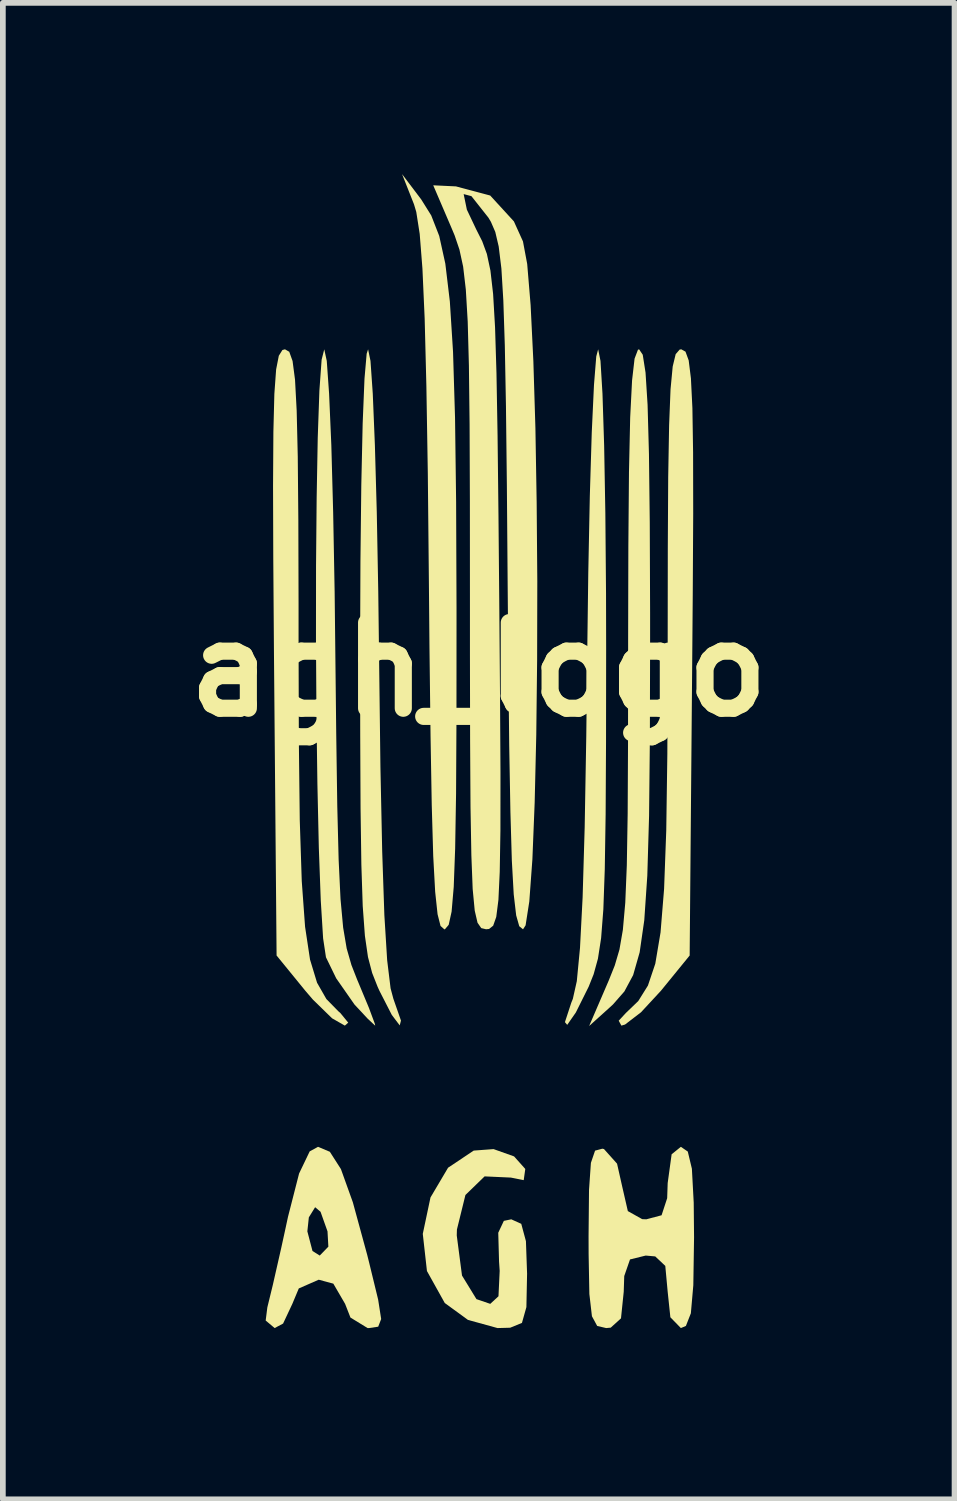
<source format=kicad_pcb>
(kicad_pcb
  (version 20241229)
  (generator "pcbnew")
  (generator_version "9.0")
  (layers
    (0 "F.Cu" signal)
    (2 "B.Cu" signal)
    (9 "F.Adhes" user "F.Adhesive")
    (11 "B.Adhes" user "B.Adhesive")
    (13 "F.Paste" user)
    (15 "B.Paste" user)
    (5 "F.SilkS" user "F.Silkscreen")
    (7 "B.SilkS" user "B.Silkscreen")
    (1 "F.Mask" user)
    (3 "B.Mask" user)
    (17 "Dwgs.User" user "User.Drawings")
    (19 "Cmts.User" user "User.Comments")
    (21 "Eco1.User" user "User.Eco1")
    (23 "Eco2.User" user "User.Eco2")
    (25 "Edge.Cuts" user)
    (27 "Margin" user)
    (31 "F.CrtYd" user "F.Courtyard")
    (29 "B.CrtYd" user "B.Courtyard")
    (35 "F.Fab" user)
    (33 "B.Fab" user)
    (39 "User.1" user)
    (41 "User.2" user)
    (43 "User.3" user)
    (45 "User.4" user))
  (footprint "agh_logo"
    (layer "F.Cu")
    (at 5.336 8.678)
    (property "Reference" "agh_logo" (at 0 0 0) (layer "F.SilkS") (effects (font (size 1.5 1.5) (thickness 0.3))))
    (attr board_only exclude_from_pos_files exclude_from_bom)
    (fp_poly (pts (xy -1.896 -5.406) (xy -1.856 -4.83) (xy -1.819 -3.931) (xy -1.786 -2.76) (xy -1.76 -1.366) (xy -1.745 -0.159) (xy -1.722 1.71) (xy -1.691 3.186) (xy -1.653 4.303) (xy -1.604 5.092) (xy -1.544 5.585) (xy -1.495 5.768) (xy -1.362 6.15) (xy -1.384 6.234) (xy -1.523 6.05) (xy -1.74 5.627) (xy -1.772 5.556) (xy -1.867 5.315) (xy -1.94 5.036) (xy -1.994 4.664) (xy -2.032 4.144) (xy -2.056 3.418) (xy -2.07 2.431) (xy -2.076 1.128) (xy -2.078 -0.37) (xy -2.072 -1.901) (xy -2.057 -3.231) (xy -2.033 -4.311) (xy -2.001 -5.095) (xy -1.963 -5.532) (xy -1.938 -5.609)) (stroke (width 0) (type solid)) (fill yes) (layer "F.SilkS"))
    (fp_poly (pts (xy 2.133 -5.406) (xy 2.168 -4.827) (xy 2.197 -3.922) (xy 2.218 -2.738) (xy 2.23 -1.324) (xy 2.232 -0.37) (xy 2.23 1.268) (xy 2.223 2.538) (xy 2.208 3.497) (xy 2.183 4.201) (xy 2.144 4.705) (xy 2.088 5.066) (xy 2.013 5.338) (xy 1.926 5.556) (xy 1.701 6.008) (xy 1.55 6.225) (xy 1.51 6.177) (xy 1.622 5.835) (xy 1.649 5.768) (xy 1.718 5.46) (xy 1.774 4.877) (xy 1.82 3.989) (xy 1.856 2.762) (xy 1.884 1.165) (xy 1.899 -0.159) (xy 1.919 -1.69) (xy 1.946 -3.039) (xy 1.98 -4.154) (xy 2.019 -4.986) (xy 2.059 -5.485) (xy 2.092 -5.609)) (stroke (width 0) (type solid)) (fill yes) (layer "F.SilkS"))
    (fp_poly (pts (xy -3.319 -5.566) (xy -3.261 -5.404) (xy -3.218 -5.077) (xy -3.189 -4.534) (xy -3.17 -3.73) (xy -3.16 -2.615) (xy -3.156 -1.142) (xy -3.156 -0.519) (xy -3.151 1.246) (xy -3.135 2.638) (xy -3.1 3.708) (xy -3.042 4.506) (xy -2.955 5.082) (xy -2.832 5.487) (xy -2.669 5.772) (xy -2.46 5.986) (xy -2.425 6.016) (xy -2.286 6.186) (xy -2.345 6.238) (xy -2.569 6.11) (xy -2.905 5.782) (xy -3.038 5.627) (xy -3.541 5.01) (xy -3.587 -0.3) (xy -3.599 -1.949) (xy -3.603 -3.222) (xy -3.597 -4.166) (xy -3.58 -4.828) (xy -3.549 -5.256) (xy -3.502 -5.496) (xy -3.439 -5.597) (xy -3.394 -5.609)) (stroke (width 0) (type solid)) (fill yes) (layer "F.SilkS"))
    (fp_poly (pts (xy 3.622 -5.568) (xy 3.678 -5.415) (xy 3.717 -5.101) (xy 3.743 -4.58) (xy 3.755 -3.804) (xy 3.757 -2.727) (xy 3.749 -1.301) (xy 3.741 -0.3) (xy 3.695 5.01) (xy 3.192 5.627) (xy 2.842 6.005) (xy 2.563 6.219) (xy 2.499 6.238) (xy 2.452 6.152) (xy 2.578 6.016) (xy 2.795 5.807) (xy 2.964 5.536) (xy 3.093 5.153) (xy 3.185 4.605) (xy 3.247 3.844) (xy 3.285 2.818) (xy 3.304 1.478) (xy 3.31 -0.228) (xy 3.31 -0.519) (xy 3.312 -2.131) (xy 3.319 -3.369) (xy 3.335 -4.279) (xy 3.36 -4.909) (xy 3.398 -5.309) (xy 3.45 -5.524) (xy 3.519 -5.604) (xy 3.548 -5.609)) (stroke (width 0) (type solid)) (fill yes) (layer "F.SilkS"))
    (fp_poly (pts (xy 0.619 8.529) (xy 0.813 8.746) (xy 0.815 8.753) (xy 0.788 8.945) (xy 0.563 8.9) (xy 0.103 8.879) (xy -0.233 9.205) (xy -0.382 9.81) (xy -0.385 9.913) (xy -0.293 10.616) (xy -0.04 11.029) (xy 0.202 11.112) (xy 0.346 10.979) (xy 0.367 10.534) (xy 0.356 10.372) (xy 0.342 9.866) (xy 0.44 9.658) (xy 0.57 9.631) (xy 0.745 9.71) (xy 0.827 10.014) (xy 0.847 10.583) (xy 0.835 11.169) (xy 0.757 11.446) (xy 0.551 11.53) (xy 0.329 11.536) (xy -0.189 11.393) (xy -0.595 11.097) (xy -0.907 10.537) (xy -0.98 9.886) (xy -0.845 9.248) (xy -0.537 8.727) (xy -0.088 8.427) (xy 0.26 8.401)) (stroke (width 0) (type solid)) (fill yes) (layer "F.SilkS"))
    (fp_poly (pts (xy -2.662 -5.406) (xy -2.621 -4.829) (xy -2.582 -3.929) (xy -2.55 -2.756) (xy -2.524 -1.36) (xy -2.514 -0.476) (xy -2.496 1.139) (xy -2.478 2.388) (xy -2.454 3.33) (xy -2.421 4.022) (xy -2.375 4.521) (xy -2.313 4.887) (xy -2.23 5.176) (xy -2.124 5.447) (xy -2.122 5.45) (xy -1.923 5.928) (xy -1.819 6.208) (xy -1.814 6.239) (xy -1.943 6.119) (xy -2.176 5.869) (xy -2.497 5.409) (xy -2.676 5.041) (xy -2.726 4.709) (xy -2.767 4.047) (xy -2.801 3.123) (xy -2.826 2.006) (xy -2.843 0.766) (xy -2.851 -0.53) (xy -2.85 -1.811) (xy -2.839 -3.011) (xy -2.82 -4.059) (xy -2.791 -4.887) (xy -2.752 -5.427) (xy -2.706 -5.609)) (stroke (width 0) (type solid)) (fill yes) (layer "F.SilkS"))
    (fp_poly (pts (xy -1.007 -8.234) (xy -0.832 -7.954) (xy -0.692 -7.595) (xy -0.585 -7.109) (xy -0.506 -6.448) (xy -0.45 -5.564) (xy -0.415 -4.409) (xy -0.396 -2.933) (xy -0.389 -1.09) (xy -0.389 -0.794) (xy -0.39 0.88) (xy -0.397 2.175) (xy -0.413 3.137) (xy -0.438 3.81) (xy -0.475 4.24) (xy -0.526 4.472) (xy -0.592 4.55) (xy -0.603 4.551) (xy -0.669 4.492) (xy -0.721 4.287) (xy -0.763 3.894) (xy -0.797 3.27) (xy -0.823 2.375) (xy -0.844 1.166) (xy -0.863 -0.399) (xy -0.873 -1.535) (xy -0.892 -3.442) (xy -0.917 -4.966) (xy -0.947 -6.146) (xy -0.986 -7.021) (xy -1.034 -7.631) (xy -1.094 -8.015) (xy -1.134 -8.149) (xy -1.343 -8.678)) (stroke (width 0) (type solid)) (fill yes) (layer "F.SilkS"))
    (fp_poly (pts (xy 2.873 -5.514) (xy 2.922 -5.202) (xy 2.958 -4.635) (xy 2.982 -3.773) (xy 2.996 -2.576) (xy 3.002 -1.005) (xy 3.002 -0.539) (xy 2.998 1.199) (xy 2.984 2.565) (xy 2.953 3.612) (xy 2.9 4.391) (xy 2.819 4.954) (xy 2.705 5.353) (xy 2.551 5.64) (xy 2.352 5.867) (xy 2.29 5.924) (xy 1.934 6.245) (xy 2.276 5.451) (xy 2.383 5.184) (xy 2.465 4.906) (xy 2.525 4.56) (xy 2.567 4.086) (xy 2.594 3.429) (xy 2.609 2.53) (xy 2.615 1.331) (xy 2.617 -0.226) (xy 2.617 -0.476) (xy 2.621 -2.16) (xy 2.632 -3.46) (xy 2.653 -4.414) (xy 2.686 -5.063) (xy 2.73 -5.446) (xy 2.789 -5.601) (xy 2.809 -5.609)) (stroke (width 0) (type solid)) (fill yes) (layer "F.SilkS"))
    (fp_poly (pts (xy -2.608 8.448) (xy -2.414 8.751) (xy -2.205 9.333) (xy -1.953 10.256) (xy -1.919 10.392) (xy -1.762 11.037) (xy -1.709 11.378) (xy -1.761 11.512) (xy -1.92 11.536) (xy -1.947 11.536) (xy -2.247 11.352) (xy -2.341 11.112) (xy -2.547 10.758) (xy -2.803 10.689) (xy -3.152 10.842) (xy -3.265 11.112) (xy -3.427 11.457) (xy -3.575 11.536) (xy -3.732 11.404) (xy -3.703 11.174) (xy -3.607 10.781) (xy -3.461 10.139) (xy -3.396 9.842) (xy -3.002 9.842) (xy -2.912 10.186) (xy -2.785 10.266) (xy -2.634 10.11) (xy -2.649 9.842) (xy -2.771 9.499) (xy -2.866 9.419) (xy -2.976 9.597) (xy -3.002 9.842) (xy -3.396 9.842) (xy -3.341 9.587) (xy -3.147 8.829) (xy -2.961 8.441) (xy -2.815 8.361)) (stroke (width 0) (type solid)) (fill yes) (layer "F.SilkS"))
    (fp_poly (pts (xy 3.662 8.444) (xy 3.734 8.745) (xy 3.766 9.339) (xy 3.772 9.948) (xy 3.759 10.786) (xy 3.716 11.277) (xy 3.629 11.499) (xy 3.541 11.536) (xy 3.357 11.347) (xy 3.31 10.901) (xy 3.268 10.447) (xy 3.092 10.281) (xy 2.925 10.266) (xy 2.65 10.334) (xy 2.549 10.625) (xy 2.54 10.901) (xy 2.492 11.366) (xy 2.312 11.529) (xy 2.232 11.536) (xy 2.075 11.499) (xy 1.983 11.329) (xy 1.938 10.939) (xy 1.925 10.243) (xy 1.924 9.933) (xy 1.932 9.116) (xy 1.965 8.642) (xy 2.038 8.428) (xy 2.165 8.394) (xy 2.194 8.4) (xy 2.423 8.656) (xy 2.512 9.051) (xy 2.612 9.487) (xy 2.863 9.628) (xy 2.935 9.631) (xy 3.203 9.56) (xy 3.301 9.261) (xy 3.31 8.996) (xy 3.379 8.492) (xy 3.541 8.361)) (stroke (width 0) (type solid)) (fill yes) (layer "F.SilkS"))
    (fp_poly (pts (xy -0.399 -8.463) (xy 0.201 -8.303) (xy 0.616 -7.85) (xy 0.775 -7.499) (xy 0.849 -7.104) (xy 0.909 -6.383) (xy 0.957 -5.403) (xy 0.993 -4.227) (xy 1.015 -2.92) (xy 1.026 -1.546) (xy 1.023 -0.17) (xy 1.008 1.144) (xy 0.98 2.33) (xy 0.94 3.325) (xy 0.886 4.063) (xy 0.821 4.481) (xy 0.776 4.551) (xy 0.71 4.497) (xy 0.656 4.307) (xy 0.613 3.939) (xy 0.58 3.348) (xy 0.555 2.493) (xy 0.534 1.33) (xy 0.518 -0.184) (xy 0.507 -1.46) (xy 0.493 -3.223) (xy 0.477 -4.611) (xy 0.457 -5.675) (xy 0.431 -6.463) (xy 0.397 -7.025) (xy 0.35 -7.409) (xy 0.29 -7.665) (xy 0.213 -7.843) (xy 0.169 -7.916) (xy -0.128 -8.292) (xy -0.264 -8.328) (xy -0.208 -8.056) (xy -0.043 -7.708) (xy 0.061 -7.502) (xy 0.143 -7.279) (xy 0.205 -6.988) (xy 0.252 -6.578) (xy 0.286 -5.995) (xy 0.311 -5.188) (xy 0.33 -4.104) (xy 0.346 -2.692) (xy 0.359 -1.253) (xy 0.373 0.466) (xy 0.381 1.807) (xy 0.38 2.818) (xy 0.368 3.546) (xy 0.345 4.035) (xy 0.307 4.334) (xy 0.253 4.488) (xy 0.181 4.545) (xy 0.128 4.55) (xy 0.044 4.53) (xy -0.021 4.436) (xy -0.07 4.224) (xy -0.106 3.845) (xy -0.129 3.255) (xy -0.144 2.405) (xy -0.151 1.25) (xy -0.154 -0.256) (xy -0.154 -1.217) (xy -0.155 -2.938) (xy -0.16 -4.289) (xy -0.172 -5.323) (xy -0.193 -6.094) (xy -0.226 -6.654) (xy -0.273 -7.057) (xy -0.338 -7.356) (xy -0.422 -7.604) (xy -0.476 -7.733) (xy -0.797 -8.482)) (stroke (width 0) (type solid)) (fill yes) (layer "F.SilkS")))
  (gr_rect
    (start -3 -3)
    (end 13.671 23.214)
    (stroke (width 0.1) (type default))
    (fill no)
    (layer "Edge.Cuts")))
</source>
